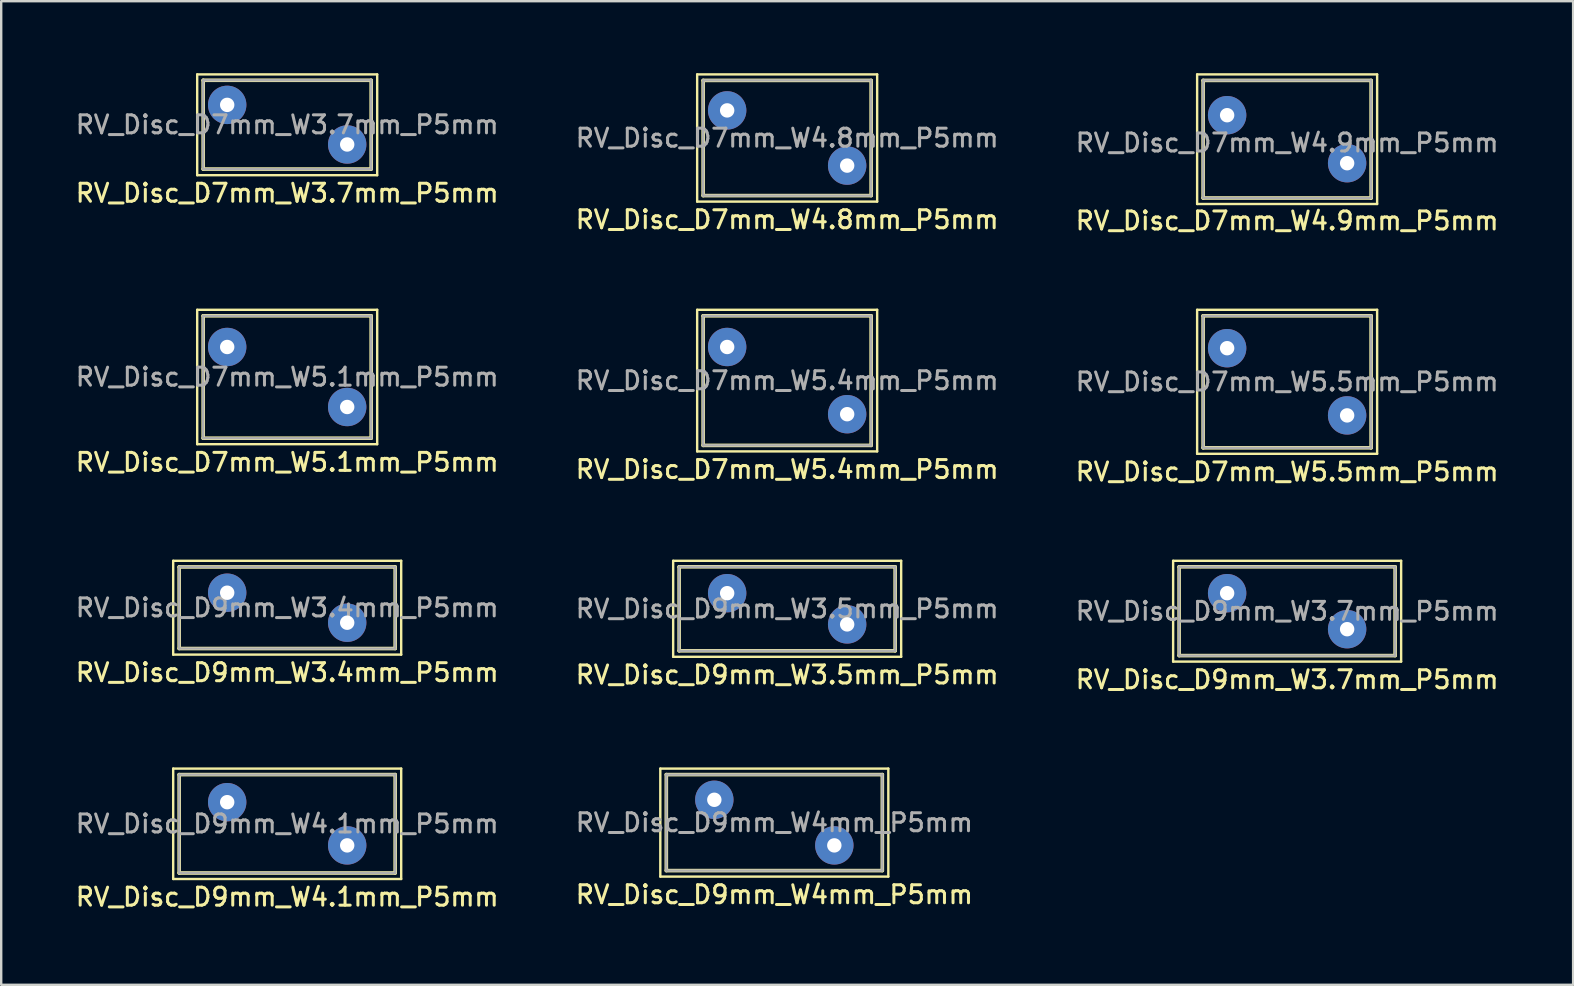
<source format=kicad_pcb>
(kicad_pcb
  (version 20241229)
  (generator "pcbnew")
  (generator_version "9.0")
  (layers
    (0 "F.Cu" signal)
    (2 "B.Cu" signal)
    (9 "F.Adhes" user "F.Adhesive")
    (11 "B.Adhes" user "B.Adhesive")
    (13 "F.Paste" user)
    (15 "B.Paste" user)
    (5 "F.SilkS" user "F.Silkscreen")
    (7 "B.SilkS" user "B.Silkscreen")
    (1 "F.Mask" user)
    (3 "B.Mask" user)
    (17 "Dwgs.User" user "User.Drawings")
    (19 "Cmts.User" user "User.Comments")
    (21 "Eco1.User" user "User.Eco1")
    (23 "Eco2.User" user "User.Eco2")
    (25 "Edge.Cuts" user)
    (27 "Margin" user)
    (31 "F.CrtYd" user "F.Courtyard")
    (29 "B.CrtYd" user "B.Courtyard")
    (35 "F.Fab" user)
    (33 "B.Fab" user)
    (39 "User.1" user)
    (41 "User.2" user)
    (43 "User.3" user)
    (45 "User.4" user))
  (footprint "RV_Disc_D9mm_W4.1mm_P5mm"
    (layer "F.Cu")
    (at 6.416 30.374)
    (property "Reference" "RV_Disc_D9mm_W4.1mm_P5mm" (at 2.5 3.95 0) (layer "F.SilkS") (effects (font (size 0.75 0.75) (thickness 0.125))))
    (attr through_hole)
    (fp_line (start -2.25 -1.4) (end -2.25 3.2) (stroke (width 0.1) (type solid)) (layer "F.SilkS"))
    (fp_line (start -2.25 -1.4) (end 7.25 -1.4) (stroke (width 0.1) (type solid)) (layer "F.SilkS"))
    (fp_line (start -2.25 3.2) (end 7.25 3.2) (stroke (width 0.1) (type solid)) (layer "F.SilkS"))
    (fp_line (start -2 -1.15) (end -2 2.95) (stroke (width 0.15) (type solid)) (layer "F.SilkS"))
    (fp_line (start -2 -1.15) (end 7 -1.15) (stroke (width 0.15) (type solid)) (layer "F.SilkS"))
    (fp_line (start -2 2.95) (end 7 2.95) (stroke (width 0.15) (type solid)) (layer "F.SilkS"))
    (fp_line (start 7 -1.15) (end 7 2.95) (stroke (width 0.15) (type solid)) (layer "F.SilkS"))
    (fp_line (start 7.25 -1.4) (end 7.25 3.2) (stroke (width 0.1) (type solid)) (layer "F.SilkS"))
    (fp_line (start -2 -1.15) (end -2 2.95) (stroke (width 0.1) (type solid)) (layer "F.Fab"))
    (fp_line (start -2 -1.15) (end 7 -1.15) (stroke (width 0.1) (type solid)) (layer "F.Fab"))
    (fp_line (start -2 2.95) (end 7 2.95) (stroke (width 0.1) (type solid)) (layer "F.Fab"))
    (fp_line (start 7 -1.15) (end 7 2.95) (stroke (width 0.1) (type solid)) (layer "F.Fab"))
    (fp_text user "${REFERENCE}" (at 2.5 0.9 0) (layer "F.Fab") (effects (font (size 0.75 0.75) (thickness 0.125))))
    (pad "1" thru_hole circle (at 0 0) (size 1.6 1.6) (drill 0.6) (layers "*.Cu" "*.Mask"))
    (pad "2" thru_hole circle (at 5 1.8) (size 1.6 1.6) (drill 0.6) (layers "*.Cu" "*.Mask")))
  (footprint "RV_Disc_D9mm_W3.7mm_P5mm"
    (layer "F.Cu")
    (at 48.08 21.666)
    (property "Reference" "RV_Disc_D9mm_W3.7mm_P5mm" (at 2.5 3.6 0) (layer "F.SilkS") (effects (font (size 0.75 0.75) (thickness 0.125))))
    (attr through_hole)
    (fp_line (start -2.25 -1.35) (end -2.25 2.85) (stroke (width 0.1) (type solid)) (layer "F.SilkS"))
    (fp_line (start -2.25 -1.35) (end 7.25 -1.35) (stroke (width 0.1) (type solid)) (layer "F.SilkS"))
    (fp_line (start -2.25 2.85) (end 7.25 2.85) (stroke (width 0.1) (type solid)) (layer "F.SilkS"))
    (fp_line (start -2 -1.1) (end -2 2.6) (stroke (width 0.15) (type solid)) (layer "F.SilkS"))
    (fp_line (start -2 -1.1) (end 7 -1.1) (stroke (width 0.15) (type solid)) (layer "F.SilkS"))
    (fp_line (start -2 2.6) (end 7 2.6) (stroke (width 0.15) (type solid)) (layer "F.SilkS"))
    (fp_line (start 7 -1.1) (end 7 2.6) (stroke (width 0.15) (type solid)) (layer "F.SilkS"))
    (fp_line (start 7.25 -1.35) (end 7.25 2.85) (stroke (width 0.1) (type solid)) (layer "F.SilkS"))
    (fp_line (start -2 -1.1) (end -2 2.6) (stroke (width 0.1) (type solid)) (layer "F.Fab"))
    (fp_line (start -2 -1.1) (end 7 -1.1) (stroke (width 0.1) (type solid)) (layer "F.Fab"))
    (fp_line (start -2 2.6) (end 7 2.6) (stroke (width 0.1) (type solid)) (layer "F.Fab"))
    (fp_line (start 7 -1.1) (end 7 2.6) (stroke (width 0.1) (type solid)) (layer "F.Fab"))
    (fp_text user "${REFERENCE}" (at 2.5 0.75 0) (layer "F.Fab") (effects (font (size 0.75 0.75) (thickness 0.125))))
    (pad "1" thru_hole circle (at 0 0) (size 1.6 1.6) (drill 0.6) (layers "*.Cu" "*.Mask"))
    (pad "2" thru_hole circle (at 5 1.5) (size 1.6 1.6) (drill 0.6) (layers "*.Cu" "*.Mask")))
  (footprint "RV_Disc_D9mm_W3.5mm_P5mm"
    (layer "F.Cu")
    (at 27.248 21.666)
    (property "Reference" "RV_Disc_D9mm_W3.5mm_P5mm" (at 2.5 3.4 0) (layer "F.SilkS") (effects (font (size 0.75 0.75) (thickness 0.125))))
    (attr through_hole)
    (fp_line (start -2.25 -1.35) (end -2.25 2.65) (stroke (width 0.1) (type solid)) (layer "F.SilkS"))
    (fp_line (start -2.25 -1.35) (end 7.25 -1.35) (stroke (width 0.1) (type solid)) (layer "F.SilkS"))
    (fp_line (start -2.25 2.65) (end 7.25 2.65) (stroke (width 0.1) (type solid)) (layer "F.SilkS"))
    (fp_line (start -2 -1.1) (end -2 2.4) (stroke (width 0.15) (type solid)) (layer "F.SilkS"))
    (fp_line (start -2 -1.1) (end 7 -1.1) (stroke (width 0.15) (type solid)) (layer "F.SilkS"))
    (fp_line (start -2 2.4) (end 7 2.4) (stroke (width 0.15) (type solid)) (layer "F.SilkS"))
    (fp_line (start 7 -1.1) (end 7 2.4) (stroke (width 0.15) (type solid)) (layer "F.SilkS"))
    (fp_line (start 7.25 -1.35) (end 7.25 2.65) (stroke (width 0.1) (type solid)) (layer "F.SilkS"))
    (fp_line (start -2 -1.1) (end -2 2.4) (stroke (width 0.1) (type solid)) (layer "F.Fab"))
    (fp_line (start -2 -1.1) (end 7 -1.1) (stroke (width 0.1) (type solid)) (layer "F.Fab"))
    (fp_line (start -2 2.4) (end 7 2.4) (stroke (width 0.1) (type solid)) (layer "F.Fab"))
    (fp_line (start 7 -1.1) (end 7 2.4) (stroke (width 0.1) (type solid)) (layer "F.Fab"))
    (fp_text user "${REFERENCE}" (at 2.5 0.65 0) (layer "F.Fab") (effects (font (size 0.75 0.75) (thickness 0.125))))
    (pad "1" thru_hole circle (at 0 0) (size 1.6 1.6) (drill 0.6) (layers "*.Cu" "*.Mask"))
    (pad "2" thru_hole circle (at 5 1.3) (size 1.6 1.6) (drill 0.6) (layers "*.Cu" "*.Mask")))
  (footprint "RV_Disc_D7mm_W4.8mm_P5mm"
    (layer "F.Cu")
    (at 27.248 1.55)
    (property "Reference" "RV_Disc_D7mm_W4.8mm_P5mm" (at 2.5 4.55 0) (layer "F.SilkS") (effects (font (size 0.75 0.75) (thickness 0.125))))
    (attr through_hole)
    (fp_line (start -1.25 -1.5) (end -1.25 3.8) (stroke (width 0.1) (type solid)) (layer "F.SilkS"))
    (fp_line (start -1.25 -1.5) (end 6.25 -1.5) (stroke (width 0.1) (type solid)) (layer "F.SilkS"))
    (fp_line (start -1.25 3.8) (end 6.25 3.8) (stroke (width 0.1) (type solid)) (layer "F.SilkS"))
    (fp_line (start -1 -1.25) (end -1 3.55) (stroke (width 0.15) (type solid)) (layer "F.SilkS"))
    (fp_line (start -1 -1.25) (end 6 -1.25) (stroke (width 0.15) (type solid)) (layer "F.SilkS"))
    (fp_line (start -1 3.55) (end 6 3.55) (stroke (width 0.15) (type solid)) (layer "F.SilkS"))
    (fp_line (start 6 -1.25) (end 6 3.55) (stroke (width 0.15) (type solid)) (layer "F.SilkS"))
    (fp_line (start 6.25 -1.5) (end 6.25 3.8) (stroke (width 0.1) (type solid)) (layer "F.SilkS"))
    (fp_line (start -1 -1.25) (end -1 3.55) (stroke (width 0.1) (type solid)) (layer "F.Fab"))
    (fp_line (start -1 -1.25) (end 6 -1.25) (stroke (width 0.1) (type solid)) (layer "F.Fab"))
    (fp_line (start -1 3.55) (end 6 3.55) (stroke (width 0.1) (type solid)) (layer "F.Fab"))
    (fp_line (start 6 -1.25) (end 6 3.55) (stroke (width 0.1) (type solid)) (layer "F.Fab"))
    (fp_text user "${REFERENCE}" (at 2.5 1.15 0) (layer "F.Fab") (effects (font (size 0.75 0.75) (thickness 0.125))))
    (pad "1" thru_hole circle (at 0 0) (size 1.6 1.6) (drill 0.6) (layers "*.Cu" "*.Mask"))
    (pad "2" thru_hole circle (at 5 2.3) (size 1.6 1.6) (drill 0.6) (layers "*.Cu" "*.Mask")))
  (footprint "RV_Disc_D9mm_W3.4mm_P5mm"
    (layer "F.Cu")
    (at 6.416 21.646)
    (property "Reference" "RV_Disc_D9mm_W3.4mm_P5mm" (at 2.5 3.325 0) (layer "F.SilkS") (effects (font (size 0.75 0.75) (thickness 0.125))))
    (attr through_hole)
    (fp_line (start -2.25 -1.33) (end -2.25 2.58) (stroke (width 0.1) (type solid)) (layer "F.SilkS"))
    (fp_line (start -2.25 -1.33) (end 7.25 -1.33) (stroke (width 0.1) (type solid)) (layer "F.SilkS"))
    (fp_line (start -2.25 2.58) (end 7.25 2.58) (stroke (width 0.1) (type solid)) (layer "F.SilkS"))
    (fp_line (start -2 -1.075) (end -2 2.325) (stroke (width 0.15) (type solid)) (layer "F.SilkS"))
    (fp_line (start -2 -1.075) (end 7 -1.075) (stroke (width 0.15) (type solid)) (layer "F.SilkS"))
    (fp_line (start -2 2.325) (end 7 2.325) (stroke (width 0.15) (type solid)) (layer "F.SilkS"))
    (fp_line (start 7 -1.075) (end 7 2.325) (stroke (width 0.15) (type solid)) (layer "F.SilkS"))
    (fp_line (start 7.25 -1.33) (end 7.25 2.58) (stroke (width 0.1) (type solid)) (layer "F.SilkS"))
    (fp_line (start -2 -1.075) (end -2 2.325) (stroke (width 0.1) (type solid)) (layer "F.Fab"))
    (fp_line (start -2 -1.075) (end 7 -1.075) (stroke (width 0.1) (type solid)) (layer "F.Fab"))
    (fp_line (start -2 2.325) (end 7 2.325) (stroke (width 0.1) (type solid)) (layer "F.Fab"))
    (fp_line (start 7 -1.075) (end 7 2.325) (stroke (width 0.1) (type solid)) (layer "F.Fab"))
    (fp_text user "${REFERENCE}" (at 2.5 0.625 0) (layer "F.Fab") (effects (font (size 0.75 0.75) (thickness 0.125))))
    (pad "1" thru_hole circle (at 0 0) (size 1.6 1.6) (drill 0.6) (layers "*.Cu" "*.Mask"))
    (pad "2" thru_hole circle (at 5 1.25) (size 1.6 1.6) (drill 0.6) (layers "*.Cu" "*.Mask")))
  (footprint "RV_Disc_D7mm_W5.1mm_P5mm"
    (layer "F.Cu")
    (at 6.416 11.408)
    (property "Reference" "RV_Disc_D7mm_W5.1mm_P5mm" (at 2.5 4.8 0) (layer "F.SilkS") (effects (font (size 0.75 0.75) (thickness 0.125))))
    (attr through_hole)
    (fp_line (start -1.25 -1.55) (end -1.25 4.05) (stroke (width 0.1) (type solid)) (layer "F.SilkS"))
    (fp_line (start -1.25 -1.55) (end 6.25 -1.55) (stroke (width 0.1) (type solid)) (layer "F.SilkS"))
    (fp_line (start -1.25 4.05) (end 6.25 4.05) (stroke (width 0.1) (type solid)) (layer "F.SilkS"))
    (fp_line (start -1 -1.3) (end -1 3.8) (stroke (width 0.15) (type solid)) (layer "F.SilkS"))
    (fp_line (start -1 -1.3) (end 6 -1.3) (stroke (width 0.15) (type solid)) (layer "F.SilkS"))
    (fp_line (start -1 3.8) (end 6 3.8) (stroke (width 0.15) (type solid)) (layer "F.SilkS"))
    (fp_line (start 6 -1.3) (end 6 3.8) (stroke (width 0.15) (type solid)) (layer "F.SilkS"))
    (fp_line (start 6.25 -1.55) (end 6.25 4.05) (stroke (width 0.1) (type solid)) (layer "F.SilkS"))
    (fp_line (start -1 -1.3) (end -1 3.8) (stroke (width 0.1) (type solid)) (layer "F.Fab"))
    (fp_line (start -1 -1.3) (end 6 -1.3) (stroke (width 0.1) (type solid)) (layer "F.Fab"))
    (fp_line (start -1 3.8) (end 6 3.8) (stroke (width 0.1) (type solid)) (layer "F.Fab"))
    (fp_line (start 6 -1.3) (end 6 3.8) (stroke (width 0.1) (type solid)) (layer "F.Fab"))
    (fp_text user "${REFERENCE}" (at 2.5 1.25 0) (layer "F.Fab") (effects (font (size 0.75 0.75) (thickness 0.125))))
    (pad "1" thru_hole circle (at 0 0) (size 1.6 1.6) (drill 0.6) (layers "*.Cu" "*.Mask"))
    (pad "2" thru_hole circle (at 5 2.5) (size 1.6 1.6) (drill 0.6) (layers "*.Cu" "*.Mask")))
  (footprint "RV_Disc_D7mm_W5.5mm_P5mm"
    (layer "F.Cu")
    (at 48.08 11.458)
    (property "Reference" "RV_Disc_D7mm_W5.5mm_P5mm" (at 2.5 5.15 0) (layer "F.SilkS") (effects (font (size 0.75 0.75) (thickness 0.125))))
    (attr through_hole)
    (fp_line (start -1.25 -1.6) (end -1.25 4.4) (stroke (width 0.1) (type solid)) (layer "F.SilkS"))
    (fp_line (start -1.25 -1.6) (end 6.25 -1.6) (stroke (width 0.1) (type solid)) (layer "F.SilkS"))
    (fp_line (start -1.25 4.4) (end 6.25 4.4) (stroke (width 0.1) (type solid)) (layer "F.SilkS"))
    (fp_line (start -1 -1.35) (end -1 4.15) (stroke (width 0.15) (type solid)) (layer "F.SilkS"))
    (fp_line (start -1 -1.35) (end 6 -1.35) (stroke (width 0.15) (type solid)) (layer "F.SilkS"))
    (fp_line (start -1 4.15) (end 6 4.15) (stroke (width 0.15) (type solid)) (layer "F.SilkS"))
    (fp_line (start 6 -1.35) (end 6 4.15) (stroke (width 0.15) (type solid)) (layer "F.SilkS"))
    (fp_line (start 6.25 -1.6) (end 6.25 4.4) (stroke (width 0.1) (type solid)) (layer "F.SilkS"))
    (fp_line (start -1 -1.35) (end -1 4.15) (stroke (width 0.1) (type solid)) (layer "F.Fab"))
    (fp_line (start -1 -1.35) (end 6 -1.35) (stroke (width 0.1) (type solid)) (layer "F.Fab"))
    (fp_line (start -1 4.15) (end 6 4.15) (stroke (width 0.1) (type solid)) (layer "F.Fab"))
    (fp_line (start 6 -1.35) (end 6 4.15) (stroke (width 0.1) (type solid)) (layer "F.Fab"))
    (fp_text user "${REFERENCE}" (at 2.5 1.4 0) (layer "F.Fab") (effects (font (size 0.75 0.75) (thickness 0.125))))
    (pad "1" thru_hole circle (at 0 0) (size 1.6 1.6) (drill 0.6) (layers "*.Cu" "*.Mask"))
    (pad "2" thru_hole circle (at 5 2.8) (size 1.6 1.6) (drill 0.6) (layers "*.Cu" "*.Mask")))
  (footprint "RV_Disc_D7mm_W5.4mm_P5mm"
    (layer "F.Cu")
    (at 27.248 11.408)
    (property "Reference" "RV_Disc_D7mm_W5.4mm_P5mm" (at 2.5 5.1 0) (layer "F.SilkS") (effects (font (size 0.75 0.75) (thickness 0.125))))
    (attr through_hole)
    (fp_line (start -1.25 -1.55) (end -1.25 4.35) (stroke (width 0.1) (type solid)) (layer "F.SilkS"))
    (fp_line (start -1.25 -1.55) (end 6.25 -1.55) (stroke (width 0.1) (type solid)) (layer "F.SilkS"))
    (fp_line (start -1.25 4.35) (end 6.25 4.35) (stroke (width 0.1) (type solid)) (layer "F.SilkS"))
    (fp_line (start -1 -1.3) (end -1 4.1) (stroke (width 0.15) (type solid)) (layer "F.SilkS"))
    (fp_line (start -1 -1.3) (end 6 -1.3) (stroke (width 0.15) (type solid)) (layer "F.SilkS"))
    (fp_line (start -1 4.1) (end 6 4.1) (stroke (width 0.15) (type solid)) (layer "F.SilkS"))
    (fp_line (start 6 -1.3) (end 6 4.1) (stroke (width 0.15) (type solid)) (layer "F.SilkS"))
    (fp_line (start 6.25 -1.55) (end 6.25 4.35) (stroke (width 0.1) (type solid)) (layer "F.SilkS"))
    (fp_line (start -1 -1.3) (end -1 4.1) (stroke (width 0.1) (type solid)) (layer "F.Fab"))
    (fp_line (start -1 -1.3) (end 6 -1.3) (stroke (width 0.1) (type solid)) (layer "F.Fab"))
    (fp_line (start -1 4.1) (end 6 4.1) (stroke (width 0.1) (type solid)) (layer "F.Fab"))
    (fp_line (start 6 -1.3) (end 6 4.1) (stroke (width 0.1) (type solid)) (layer "F.Fab"))
    (fp_text user "${REFERENCE}" (at 2.5 1.4 0) (layer "F.Fab") (effects (font (size 0.75 0.75) (thickness 0.125))))
    (pad "1" thru_hole circle (at 0 0) (size 1.6 1.6) (drill 0.6) (layers "*.Cu" "*.Mask"))
    (pad "2" thru_hole circle (at 5 2.8) (size 1.6 1.6) (drill 0.6) (layers "*.Cu" "*.Mask")))
  (footprint "RV_Disc_D7mm_W4.9mm_P5mm"
    (layer "F.Cu")
    (at 48.08 1.75)
    (property "Reference" "RV_Disc_D7mm_W4.9mm_P5mm" (at 2.5 4.4 0) (layer "F.SilkS") (effects (font (size 0.75 0.75) (thickness 0.125))))
    (attr through_hole)
    (fp_line (start -1.25 -1.7) (end -1.25 3.7) (stroke (width 0.1) (type solid)) (layer "F.SilkS"))
    (fp_line (start -1.25 -1.7) (end 6.25 -1.7) (stroke (width 0.1) (type solid)) (layer "F.SilkS"))
    (fp_line (start -1.25 3.7) (end 6.25 3.7) (stroke (width 0.1) (type solid)) (layer "F.SilkS"))
    (fp_line (start -1 -1.45) (end -1 3.45) (stroke (width 0.15) (type solid)) (layer "F.SilkS"))
    (fp_line (start -1 -1.45) (end 6 -1.45) (stroke (width 0.15) (type solid)) (layer "F.SilkS"))
    (fp_line (start -1 3.45) (end 6 3.45) (stroke (width 0.15) (type solid)) (layer "F.SilkS"))
    (fp_line (start 6 -1.45) (end 6 3.45) (stroke (width 0.15) (type solid)) (layer "F.SilkS"))
    (fp_line (start 6.25 -1.7) (end 6.25 3.7) (stroke (width 0.1) (type solid)) (layer "F.SilkS"))
    (fp_line (start -1 -1.45) (end -1 3.45) (stroke (width 0.1) (type solid)) (layer "F.Fab"))
    (fp_line (start -1 -1.45) (end 6 -1.45) (stroke (width 0.1) (type solid)) (layer "F.Fab"))
    (fp_line (start -1 3.45) (end 6 3.45) (stroke (width 0.1) (type solid)) (layer "F.Fab"))
    (fp_line (start 6 -1.45) (end 6 3.44) (stroke (width 0.1) (type solid)) (layer "F.Fab"))
    (fp_text user "${REFERENCE}" (at 2.5 1.15 0) (layer "F.Fab") (effects (font (size 0.75 0.75) (thickness 0.125))))
    (pad "1" thru_hole circle (at 0 0) (size 1.6 1.6) (drill 0.6) (layers "*.Cu" "*.Mask"))
    (pad "2" thru_hole circle (at 5 2) (size 1.6 1.6) (drill 0.6) (layers "*.Cu" "*.Mask")))
  (footprint "RV_Disc_D7mm_W3.7mm_P5mm"
    (layer "F.Cu")
    (at 6.416 1.32)
    (property "Reference" "RV_Disc_D7mm_W3.7mm_P5mm" (at 2.5 3.675 0) (layer "F.SilkS") (effects (font (size 0.75 0.75) (thickness 0.125))))
    (attr through_hole)
    (fp_line (start -1.25 -1.27) (end -1.25 2.93) (stroke (width 0.1) (type solid)) (layer "F.SilkS"))
    (fp_line (start -1.25 -1.27) (end 6.25 -1.27) (stroke (width 0.1) (type solid)) (layer "F.SilkS"))
    (fp_line (start -1.25 2.93) (end 6.25 2.93) (stroke (width 0.1) (type solid)) (layer "F.SilkS"))
    (fp_line (start -1 -1.025) (end -1 2.675) (stroke (width 0.15) (type solid)) (layer "F.SilkS"))
    (fp_line (start -1 -1.025) (end 6 -1.025) (stroke (width 0.15) (type solid)) (layer "F.SilkS"))
    (fp_line (start -1 2.675) (end 6 2.675) (stroke (width 0.15) (type solid)) (layer "F.SilkS"))
    (fp_line (start 6 -1.025) (end 6 2.675) (stroke (width 0.15) (type solid)) (layer "F.SilkS"))
    (fp_line (start 6.25 -1.27) (end 6.25 2.93) (stroke (width 0.1) (type solid)) (layer "F.SilkS"))
    (fp_line (start -1 -1.025) (end -1 2.675) (stroke (width 0.1) (type solid)) (layer "F.Fab"))
    (fp_line (start -1 -1.025) (end 6 -1.025) (stroke (width 0.1) (type solid)) (layer "F.Fab"))
    (fp_line (start -1 2.675) (end 6 2.675) (stroke (width 0.1) (type solid)) (layer "F.Fab"))
    (fp_line (start 6 -1.025) (end 6 2.675) (stroke (width 0.1) (type solid)) (layer "F.Fab"))
    (fp_text user "${REFERENCE}" (at 2.5 0.825 0) (layer "F.Fab") (effects (font (size 0.75 0.75) (thickness 0.125))))
    (pad "1" thru_hole circle (at 0 0) (size 1.6 1.6) (drill 0.6) (layers "*.Cu" "*.Mask"))
    (pad "2" thru_hole circle (at 5 1.65) (size 1.6 1.6) (drill 0.6) (layers "*.Cu" "*.Mask")))
  (footprint "RV_Disc_D9mm_W4mm_P5mm"
    (layer "F.Cu")
    (at 26.713 30.274)
    (property "Reference" "RV_Disc_D9mm_W4mm_P5mm" (at 2.5 3.95 0) (layer "F.SilkS") (effects (font (size 0.75 0.75) (thickness 0.125))))
    (attr through_hole)
    (fp_line (start -2.25 -1.3) (end -2.25 3.2) (stroke (width 0.1) (type solid)) (layer "F.SilkS"))
    (fp_line (start -2.25 -1.3) (end 7.25 -1.3) (stroke (width 0.1) (type solid)) (layer "F.SilkS"))
    (fp_line (start -2.25 3.2) (end 7.25 3.2) (stroke (width 0.1) (type solid)) (layer "F.SilkS"))
    (fp_line (start -2 -1.05) (end -2 2.95) (stroke (width 0.15) (type solid)) (layer "F.SilkS"))
    (fp_line (start -2 -1.05) (end 7 -1.05) (stroke (width 0.15) (type solid)) (layer "F.SilkS"))
    (fp_line (start -2 2.95) (end 7 2.95) (stroke (width 0.15) (type solid)) (layer "F.SilkS"))
    (fp_line (start 7 -1.05) (end 7 2.95) (stroke (width 0.15) (type solid)) (layer "F.SilkS"))
    (fp_line (start 7.25 -1.3) (end 7.25 3.2) (stroke (width 0.1) (type solid)) (layer "F.SilkS"))
    (fp_line (start -2 -1.05) (end -2 2.95) (stroke (width 0.1) (type solid)) (layer "F.Fab"))
    (fp_line (start -2 -1.05) (end 7 -1.05) (stroke (width 0.1) (type solid)) (layer "F.Fab"))
    (fp_line (start -2 2.95) (end 7 2.95) (stroke (width 0.1) (type solid)) (layer "F.Fab"))
    (fp_line (start 7 -1.05) (end 7 2.95) (stroke (width 0.1) (type solid)) (layer "F.Fab"))
    (fp_text user "${REFERENCE}" (at 2.5 0.95 0) (layer "F.Fab") (effects (font (size 0.75 0.75) (thickness 0.125))))
    (pad "1" thru_hole circle (at 0 0) (size 1.6 1.6) (drill 0.6) (layers "*.Cu" "*.Mask"))
    (pad "2" thru_hole circle (at 5 1.9) (size 1.6 1.6) (drill 0.6) (layers "*.Cu" "*.Mask")))
  (gr_rect
    (start -3 -3)
    (end 62.496 37.983)
    (stroke (width 0.1) (type default))
    (fill no)
    (layer "Edge.Cuts")))
</source>
